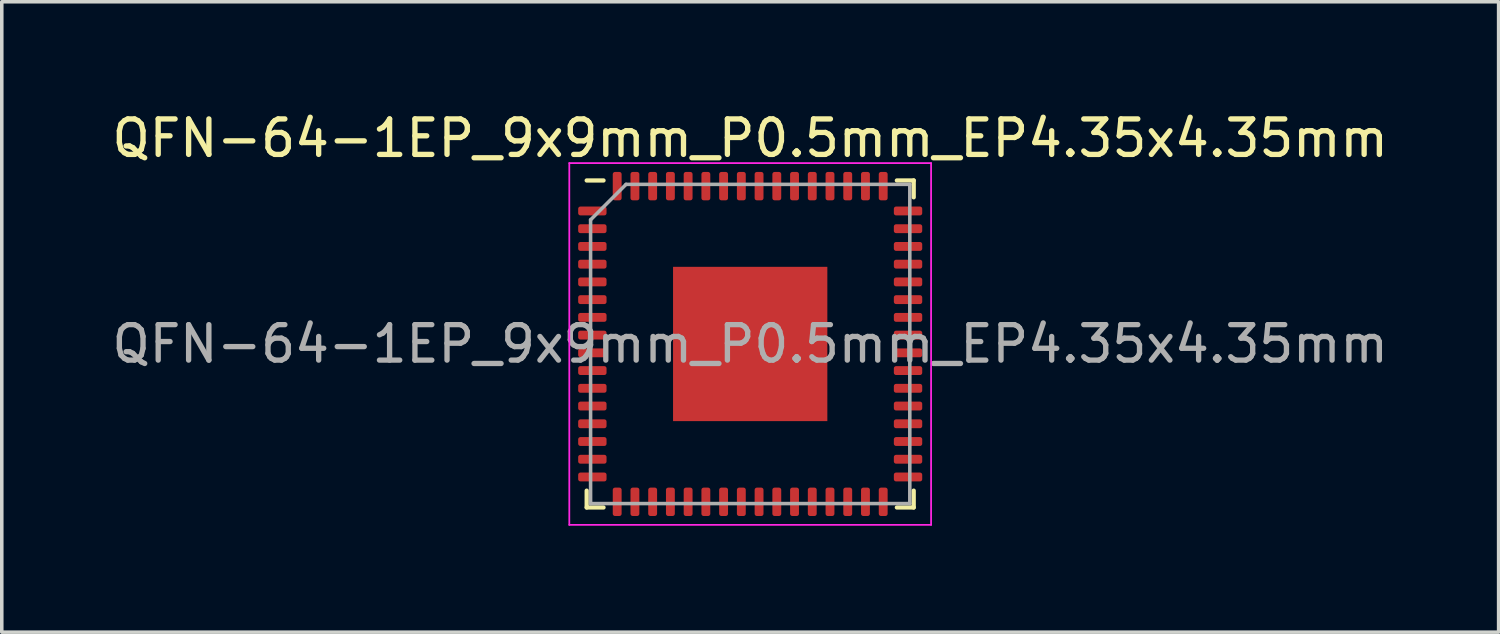
<source format=kicad_pcb>
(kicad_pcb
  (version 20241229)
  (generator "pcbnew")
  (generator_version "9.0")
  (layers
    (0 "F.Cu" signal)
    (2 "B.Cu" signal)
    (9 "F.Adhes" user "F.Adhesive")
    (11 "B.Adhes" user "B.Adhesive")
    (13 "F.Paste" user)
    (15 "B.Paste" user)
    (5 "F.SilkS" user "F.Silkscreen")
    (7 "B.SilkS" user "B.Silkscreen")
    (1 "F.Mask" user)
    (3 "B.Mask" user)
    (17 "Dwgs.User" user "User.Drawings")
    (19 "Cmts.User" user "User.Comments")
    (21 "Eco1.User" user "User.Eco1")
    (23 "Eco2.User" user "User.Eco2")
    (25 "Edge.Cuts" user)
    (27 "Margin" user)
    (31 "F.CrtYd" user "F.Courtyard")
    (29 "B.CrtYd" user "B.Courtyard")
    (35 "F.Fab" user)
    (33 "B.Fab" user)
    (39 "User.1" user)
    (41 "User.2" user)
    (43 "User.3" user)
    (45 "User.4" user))
  (footprint "QFN-64-1EP_9x9mm_P0.5mm_EP4.35x4.35mm"
    (layer "F.Cu")
    (at 18.101 6.648)
    (property "Reference" "QFN-64-1EP_9x9mm_P0.5mm_EP4.35x4.35mm" (at 0 -5.8 0) (layer "F.SilkS") (effects (font (size 1 1) (thickness 0.15))))
    (attr smd)
    (fp_line (start -4.61 4.61) (end -4.61 4.135) (stroke (width 0.12) (type solid)) (layer "F.SilkS"))
    (fp_line (start -4.135 -4.61) (end -4.61 -4.61) (stroke (width 0.12) (type solid)) (layer "F.SilkS"))
    (fp_line (start -4.135 4.61) (end -4.61 4.61) (stroke (width 0.12) (type solid)) (layer "F.SilkS"))
    (fp_line (start 4.135 -4.61) (end 4.61 -4.61) (stroke (width 0.12) (type solid)) (layer "F.SilkS"))
    (fp_line (start 4.135 4.61) (end 4.61 4.61) (stroke (width 0.12) (type solid)) (layer "F.SilkS"))
    (fp_line (start 4.61 -4.61) (end 4.61 -4.135) (stroke (width 0.12) (type solid)) (layer "F.SilkS"))
    (fp_line (start 4.61 4.61) (end 4.61 4.135) (stroke (width 0.12) (type solid)) (layer "F.SilkS"))
    (fp_line (start -5.1 -5.1) (end -5.1 5.1) (stroke (width 0.05) (type solid)) (layer "F.CrtYd"))
    (fp_line (start -5.1 5.1) (end 5.1 5.1) (stroke (width 0.05) (type solid)) (layer "F.CrtYd"))
    (fp_line (start 5.1 -5.1) (end -5.1 -5.1) (stroke (width 0.05) (type solid)) (layer "F.CrtYd"))
    (fp_line (start 5.1 5.1) (end 5.1 -5.1) (stroke (width 0.05) (type solid)) (layer "F.CrtYd"))
    (fp_line (start -4.5 -3.5) (end -3.5 -4.5) (stroke (width 0.1) (type solid)) (layer "F.Fab"))
    (fp_line (start -4.5 4.5) (end -4.5 -3.5) (stroke (width 0.1) (type solid)) (layer "F.Fab"))
    (fp_line (start -3.5 -4.5) (end 4.5 -4.5) (stroke (width 0.1) (type solid)) (layer "F.Fab"))
    (fp_line (start 4.5 -4.5) (end 4.5 4.5) (stroke (width 0.1) (type solid)) (layer "F.Fab"))
    (fp_line (start 4.5 4.5) (end -4.5 4.5) (stroke (width 0.1) (type solid)) (layer "F.Fab"))
    (fp_text user "${REFERENCE}" (at 0 0 0) (layer "F.Fab") (effects (font (size 1 1) (thickness 0.15))))
    (pad "" smd roundrect (at -1.45 -1.45) (size 1.17 1.17) (layers "F.Paste") (roundrect_rratio 0.214))
    (pad "" smd roundrect (at -1.45 0) (size 1.17 1.17) (layers "F.Paste") (roundrect_rratio 0.214))
    (pad "" smd roundrect (at -1.45 1.45) (size 1.17 1.17) (layers "F.Paste") (roundrect_rratio 0.214))
    (pad "" smd roundrect (at 0 -1.45) (size 1.17 1.17) (layers "F.Paste") (roundrect_rratio 0.214))
    (pad "" smd roundrect (at 0 0) (size 1.17 1.17) (layers "F.Paste") (roundrect_rratio 0.214))
    (pad "" smd roundrect (at 0 1.45) (size 1.17 1.17) (layers "F.Paste") (roundrect_rratio 0.214))
    (pad "" smd roundrect (at 1.45 -1.45) (size 1.17 1.17) (layers "F.Paste") (roundrect_rratio 0.214))
    (pad "" smd roundrect (at 1.45 0) (size 1.17 1.17) (layers "F.Paste") (roundrect_rratio 0.214))
    (pad "" smd roundrect (at 1.45 1.45) (size 1.17 1.17) (layers "F.Paste") (roundrect_rratio 0.214))
    (pad "1" smd roundrect (at -4.45 -3.75) (size 0.8 0.25) (layers "F.Cu" "F.Mask" "F.Paste") (roundrect_rratio 0.25))
    (pad "2" smd roundrect (at -4.45 -3.25) (size 0.8 0.25) (layers "F.Cu" "F.Mask" "F.Paste") (roundrect_rratio 0.25))
    (pad "3" smd roundrect (at -4.45 -2.75) (size 0.8 0.25) (layers "F.Cu" "F.Mask" "F.Paste") (roundrect_rratio 0.25))
    (pad "4" smd roundrect (at -4.45 -2.25) (size 0.8 0.25) (layers "F.Cu" "F.Mask" "F.Paste") (roundrect_rratio 0.25))
    (pad "5" smd roundrect (at -4.45 -1.75) (size 0.8 0.25) (layers "F.Cu" "F.Mask" "F.Paste") (roundrect_rratio 0.25))
    (pad "6" smd roundrect (at -4.45 -1.25) (size 0.8 0.25) (layers "F.Cu" "F.Mask" "F.Paste") (roundrect_rratio 0.25))
    (pad "7" smd roundrect (at -4.45 -0.75) (size 0.8 0.25) (layers "F.Cu" "F.Mask" "F.Paste") (roundrect_rratio 0.25))
    (pad "8" smd roundrect (at -4.45 -0.25) (size 0.8 0.25) (layers "F.Cu" "F.Mask" "F.Paste") (roundrect_rratio 0.25))
    (pad "9" smd roundrect (at -4.45 0.25) (size 0.8 0.25) (layers "F.Cu" "F.Mask" "F.Paste") (roundrect_rratio 0.25))
    (pad "10" smd roundrect (at -4.45 0.75) (size 0.8 0.25) (layers "F.Cu" "F.Mask" "F.Paste") (roundrect_rratio 0.25))
    (pad "11" smd roundrect (at -4.45 1.25) (size 0.8 0.25) (layers "F.Cu" "F.Mask" "F.Paste") (roundrect_rratio 0.25))
    (pad "12" smd roundrect (at -4.45 1.75) (size 0.8 0.25) (layers "F.Cu" "F.Mask" "F.Paste") (roundrect_rratio 0.25))
    (pad "13" smd roundrect (at -4.45 2.25) (size 0.8 0.25) (layers "F.Cu" "F.Mask" "F.Paste") (roundrect_rratio 0.25))
    (pad "14" smd roundrect (at -4.45 2.75) (size 0.8 0.25) (layers "F.Cu" "F.Mask" "F.Paste") (roundrect_rratio 0.25))
    (pad "15" smd roundrect (at -4.45 3.25) (size 0.8 0.25) (layers "F.Cu" "F.Mask" "F.Paste") (roundrect_rratio 0.25))
    (pad "16" smd roundrect (at -4.45 3.75) (size 0.8 0.25) (layers "F.Cu" "F.Mask" "F.Paste") (roundrect_rratio 0.25))
    (pad "17" smd roundrect (at -3.75 4.45) (size 0.25 0.8) (layers "F.Cu" "F.Mask" "F.Paste") (roundrect_rratio 0.25))
    (pad "18" smd roundrect (at -3.25 4.45) (size 0.25 0.8) (layers "F.Cu" "F.Mask" "F.Paste") (roundrect_rratio 0.25))
    (pad "19" smd roundrect (at -2.75 4.45) (size 0.25 0.8) (layers "F.Cu" "F.Mask" "F.Paste") (roundrect_rratio 0.25))
    (pad "20" smd roundrect (at -2.25 4.45) (size 0.25 0.8) (layers "F.Cu" "F.Mask" "F.Paste") (roundrect_rratio 0.25))
    (pad "21" smd roundrect (at -1.75 4.45) (size 0.25 0.8) (layers "F.Cu" "F.Mask" "F.Paste") (roundrect_rratio 0.25))
    (pad "22" smd roundrect (at -1.25 4.45) (size 0.25 0.8) (layers "F.Cu" "F.Mask" "F.Paste") (roundrect_rratio 0.25))
    (pad "23" smd roundrect (at -0.75 4.45) (size 0.25 0.8) (layers "F.Cu" "F.Mask" "F.Paste") (roundrect_rratio 0.25))
    (pad "24" smd roundrect (at -0.25 4.45) (size 0.25 0.8) (layers "F.Cu" "F.Mask" "F.Paste") (roundrect_rratio 0.25))
    (pad "25" smd roundrect (at 0.25 4.45) (size 0.25 0.8) (layers "F.Cu" "F.Mask" "F.Paste") (roundrect_rratio 0.25))
    (pad "26" smd roundrect (at 0.75 4.45) (size 0.25 0.8) (layers "F.Cu" "F.Mask" "F.Paste") (roundrect_rratio 0.25))
    (pad "27" smd roundrect (at 1.25 4.45) (size 0.25 0.8) (layers "F.Cu" "F.Mask" "F.Paste") (roundrect_rratio 0.25))
    (pad "28" smd roundrect (at 1.75 4.45) (size 0.25 0.8) (layers "F.Cu" "F.Mask" "F.Paste") (roundrect_rratio 0.25))
    (pad "29" smd roundrect (at 2.25 4.45) (size 0.25 0.8) (layers "F.Cu" "F.Mask" "F.Paste") (roundrect_rratio 0.25))
    (pad "30" smd roundrect (at 2.75 4.45) (size 0.25 0.8) (layers "F.Cu" "F.Mask" "F.Paste") (roundrect_rratio 0.25))
    (pad "31" smd roundrect (at 3.25 4.45) (size 0.25 0.8) (layers "F.Cu" "F.Mask" "F.Paste") (roundrect_rratio 0.25))
    (pad "32" smd roundrect (at 3.75 4.45) (size 0.25 0.8) (layers "F.Cu" "F.Mask" "F.Paste") (roundrect_rratio 0.25))
    (pad "33" smd roundrect (at 4.45 3.75) (size 0.8 0.25) (layers "F.Cu" "F.Mask" "F.Paste") (roundrect_rratio 0.25))
    (pad "34" smd roundrect (at 4.45 3.25) (size 0.8 0.25) (layers "F.Cu" "F.Mask" "F.Paste") (roundrect_rratio 0.25))
    (pad "35" smd roundrect (at 4.45 2.75) (size 0.8 0.25) (layers "F.Cu" "F.Mask" "F.Paste") (roundrect_rratio 0.25))
    (pad "36" smd roundrect (at 4.45 2.25) (size 0.8 0.25) (layers "F.Cu" "F.Mask" "F.Paste") (roundrect_rratio 0.25))
    (pad "37" smd roundrect (at 4.45 1.75) (size 0.8 0.25) (layers "F.Cu" "F.Mask" "F.Paste") (roundrect_rratio 0.25))
    (pad "38" smd roundrect (at 4.45 1.25) (size 0.8 0.25) (layers "F.Cu" "F.Mask" "F.Paste") (roundrect_rratio 0.25))
    (pad "39" smd roundrect (at 4.45 0.75) (size 0.8 0.25) (layers "F.Cu" "F.Mask" "F.Paste") (roundrect_rratio 0.25))
    (pad "40" smd roundrect (at 4.45 0.25) (size 0.8 0.25) (layers "F.Cu" "F.Mask" "F.Paste") (roundrect_rratio 0.25))
    (pad "41" smd roundrect (at 4.45 -0.25) (size 0.8 0.25) (layers "F.Cu" "F.Mask" "F.Paste") (roundrect_rratio 0.25))
    (pad "42" smd roundrect (at 4.45 -0.75) (size 0.8 0.25) (layers "F.Cu" "F.Mask" "F.Paste") (roundrect_rratio 0.25))
    (pad "43" smd roundrect (at 4.45 -1.25) (size 0.8 0.25) (layers "F.Cu" "F.Mask" "F.Paste") (roundrect_rratio 0.25))
    (pad "44" smd roundrect (at 4.45 -1.75) (size 0.8 0.25) (layers "F.Cu" "F.Mask" "F.Paste") (roundrect_rratio 0.25))
    (pad "45" smd roundrect (at 4.45 -2.25) (size 0.8 0.25) (layers "F.Cu" "F.Mask" "F.Paste") (roundrect_rratio 0.25))
    (pad "46" smd roundrect (at 4.45 -2.75) (size 0.8 0.25) (layers "F.Cu" "F.Mask" "F.Paste") (roundrect_rratio 0.25))
    (pad "47" smd roundrect (at 4.45 -3.25) (size 0.8 0.25) (layers "F.Cu" "F.Mask" "F.Paste") (roundrect_rratio 0.25))
    (pad "48" smd roundrect (at 4.45 -3.75) (size 0.8 0.25) (layers "F.Cu" "F.Mask" "F.Paste") (roundrect_rratio 0.25))
    (pad "49" smd roundrect (at 3.75 -4.45) (size 0.25 0.8) (layers "F.Cu" "F.Mask" "F.Paste") (roundrect_rratio 0.25))
    (pad "50" smd roundrect (at 3.25 -4.45) (size 0.25 0.8) (layers "F.Cu" "F.Mask" "F.Paste") (roundrect_rratio 0.25))
    (pad "51" smd roundrect (at 2.75 -4.45) (size 0.25 0.8) (layers "F.Cu" "F.Mask" "F.Paste") (roundrect_rratio 0.25))
    (pad "52" smd roundrect (at 2.25 -4.45) (size 0.25 0.8) (layers "F.Cu" "F.Mask" "F.Paste") (roundrect_rratio 0.25))
    (pad "53" smd roundrect (at 1.75 -4.45) (size 0.25 0.8) (layers "F.Cu" "F.Mask" "F.Paste") (roundrect_rratio 0.25))
    (pad "54" smd roundrect (at 1.25 -4.45) (size 0.25 0.8) (layers "F.Cu" "F.Mask" "F.Paste") (roundrect_rratio 0.25))
    (pad "55" smd roundrect (at 0.75 -4.45) (size 0.25 0.8) (layers "F.Cu" "F.Mask" "F.Paste") (roundrect_rratio 0.25))
    (pad "56" smd roundrect (at 0.25 -4.45) (size 0.25 0.8) (layers "F.Cu" "F.Mask" "F.Paste") (roundrect_rratio 0.25))
    (pad "57" smd roundrect (at -0.25 -4.45) (size 0.25 0.8) (layers "F.Cu" "F.Mask" "F.Paste") (roundrect_rratio 0.25))
    (pad "58" smd roundrect (at -0.75 -4.45) (size 0.25 0.8) (layers "F.Cu" "F.Mask" "F.Paste") (roundrect_rratio 0.25))
    (pad "59" smd roundrect (at -1.25 -4.45) (size 0.25 0.8) (layers "F.Cu" "F.Mask" "F.Paste") (roundrect_rratio 0.25))
    (pad "60" smd roundrect (at -1.75 -4.45) (size 0.25 0.8) (layers "F.Cu" "F.Mask" "F.Paste") (roundrect_rratio 0.25))
    (pad "61" smd roundrect (at -2.25 -4.45) (size 0.25 0.8) (layers "F.Cu" "F.Mask" "F.Paste") (roundrect_rratio 0.25))
    (pad "62" smd roundrect (at -2.75 -4.45) (size 0.25 0.8) (layers "F.Cu" "F.Mask" "F.Paste") (roundrect_rratio 0.25))
    (pad "63" smd roundrect (at -3.25 -4.45) (size 0.25 0.8) (layers "F.Cu" "F.Mask" "F.Paste") (roundrect_rratio 0.25))
    (pad "64" smd roundrect (at -3.75 -4.45) (size 0.25 0.8) (layers "F.Cu" "F.Mask" "F.Paste") (roundrect_rratio 0.25))
    (pad "65" smd rect (at 0 0) (size 4.35 4.35) (layers "F.Cu" "F.Mask")))
  (gr_rect
    (start -3 -3)
    (end 39.202 14.773)
    (stroke (width 0.1) (type default))
    (fill no)
    (layer "Edge.Cuts")))
</source>
